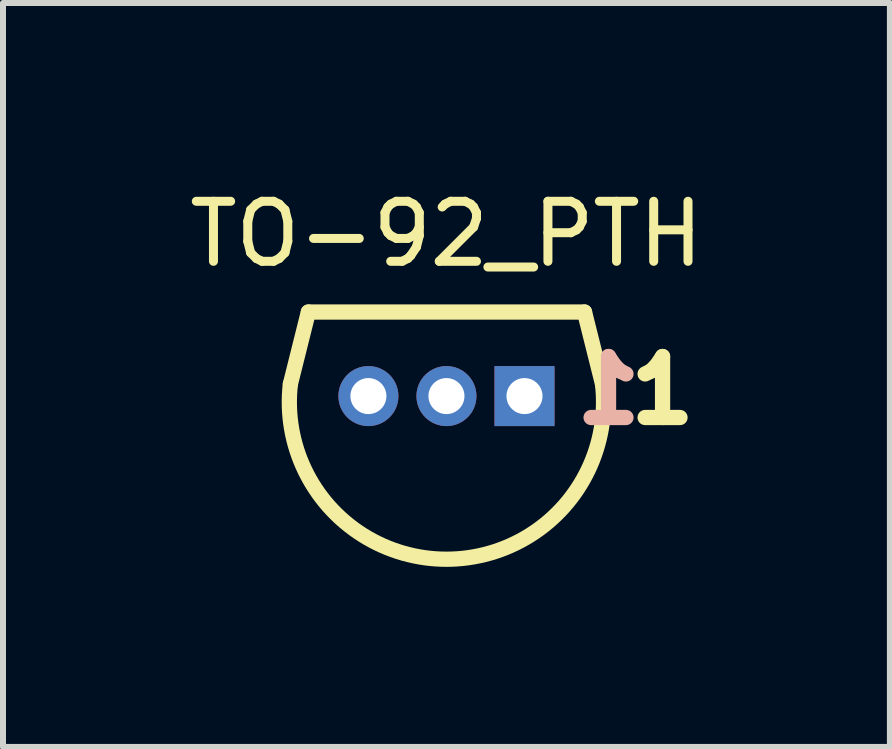
<source format=kicad_pcb>
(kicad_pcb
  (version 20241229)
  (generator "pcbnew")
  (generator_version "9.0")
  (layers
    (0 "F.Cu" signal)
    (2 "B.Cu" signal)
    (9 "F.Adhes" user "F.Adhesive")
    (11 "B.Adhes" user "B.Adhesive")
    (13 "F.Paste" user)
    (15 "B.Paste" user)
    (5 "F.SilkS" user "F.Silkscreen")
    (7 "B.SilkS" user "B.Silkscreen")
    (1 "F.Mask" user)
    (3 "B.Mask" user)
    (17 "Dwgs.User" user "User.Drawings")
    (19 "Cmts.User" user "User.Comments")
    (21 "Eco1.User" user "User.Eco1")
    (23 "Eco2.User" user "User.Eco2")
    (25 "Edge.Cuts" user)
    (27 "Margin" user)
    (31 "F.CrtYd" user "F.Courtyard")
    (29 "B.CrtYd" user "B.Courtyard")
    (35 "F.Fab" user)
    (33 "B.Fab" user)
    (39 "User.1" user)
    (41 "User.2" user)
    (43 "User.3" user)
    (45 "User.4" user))
  (footprint "TO-92_PTH"
    (layer "F.Cu")
    (at 4.387 3.348)
    (property "Reference" "TO-92_PTH" (at 0 -2.5 0) (layer "F.SilkS") (effects (font (size 1 1) (thickness 0.15))))
    (attr through_hole)
    (fp_line (start -2.6 0) (end -2.3 -1.2) (stroke (width 0.254) (type solid)) (layer "F.SilkS"))
    (fp_line (start -2.3 -1.2) (end 2.3 -1.2) (stroke (width 0.254) (type solid)) (layer "F.SilkS"))
    (fp_line (start 2.3 -1.2) (end 2.6 0) (stroke (width 0.254) (type solid)) (layer "F.SilkS"))
    (fp_arc (start 2.6 0) (mid 0 2.91725) (end -2.6 0) (stroke (width 0.254) (type solid)) (layer "F.SilkS"))
    (fp_text user "1" (at 3.6 0.1 0) (layer "F.SilkS") (effects (font (size 1.016 1.016) (thickness 0.254))))
    (fp_text user "1" (at 2.7 0.1 0) (layer "B.SilkS") (effects (font (size 1.016 1.016) (thickness 0.254)) (justify mirror)))
    (pad "1" thru_hole rect (at 1.3 0.2) (size 1 1) (drill 0.6) (layers "*.Cu" "*.Mask"))
    (pad "2" thru_hole circle (at 0 0.2) (size 1 1) (drill 0.6) (layers "*.Cu" "*.Mask"))
    (pad "3" thru_hole circle (at -1.3 0.2) (size 1 1) (drill 0.6) (layers "*.Cu" "*.Mask")))
  (gr_rect
    (start -3 -3)
    (end 11.774 9.393)
    (stroke (width 0.1) (type default))
    (fill no)
    (layer "Edge.Cuts")))
</source>
